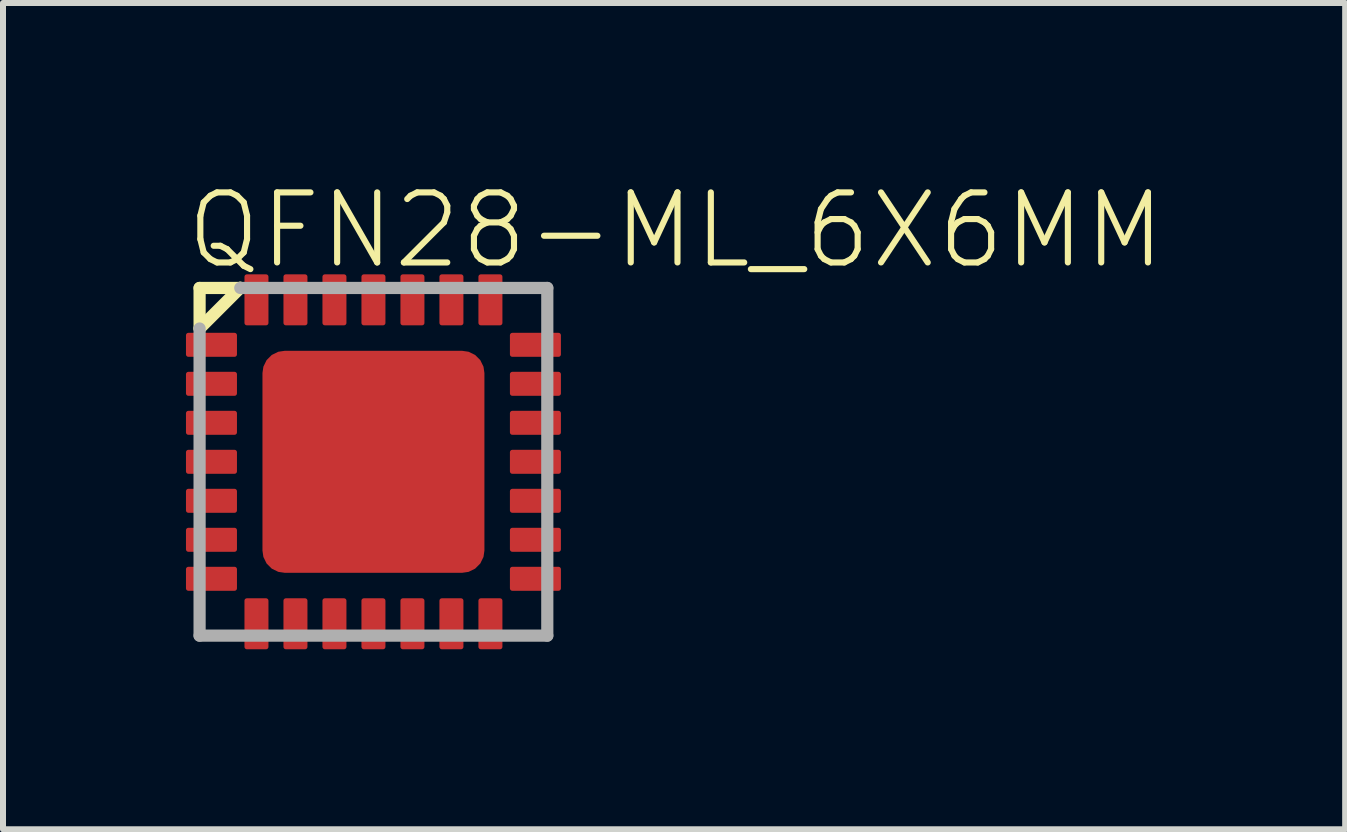
<source format=kicad_pcb>
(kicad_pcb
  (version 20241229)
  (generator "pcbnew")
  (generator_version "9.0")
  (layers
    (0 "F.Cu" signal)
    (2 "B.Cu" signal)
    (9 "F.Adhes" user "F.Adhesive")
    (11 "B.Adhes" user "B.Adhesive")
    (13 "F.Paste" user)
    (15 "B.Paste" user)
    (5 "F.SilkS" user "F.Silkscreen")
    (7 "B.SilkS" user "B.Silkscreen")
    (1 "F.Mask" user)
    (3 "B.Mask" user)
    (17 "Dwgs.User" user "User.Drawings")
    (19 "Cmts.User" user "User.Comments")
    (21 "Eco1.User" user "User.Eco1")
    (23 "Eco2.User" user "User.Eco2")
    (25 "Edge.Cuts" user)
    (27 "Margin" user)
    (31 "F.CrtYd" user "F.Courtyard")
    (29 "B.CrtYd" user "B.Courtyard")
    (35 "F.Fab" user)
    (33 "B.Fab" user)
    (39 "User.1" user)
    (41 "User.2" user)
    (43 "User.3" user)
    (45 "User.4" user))
  (footprint "QFN28-ML_6X6MM"
    (layer "F.Cu")
    (at 3.175 4.648)
    (property "Reference" "QFN28-ML_6X6MM" (at -3.175 -3.175 0) (unlocked yes) (layer "F.SilkS") (effects (font (size 1.168 1.168) (thickness 0.102)) (justify left bottom)))
    (fp_line (start -2.898 -2.898) (end -2.22 -2.898) (stroke (width 0.203) (type solid)) (layer "F.SilkS"))
    (fp_line (start -2.898 -2.222) (end -2.898 -2.898) (stroke (width 0.203) (type solid)) (layer "F.SilkS"))
    (fp_line (start -2.22 -2.9) (end -2.898 -2.222) (stroke (width 0.203) (type solid)) (layer "F.SilkS"))
    (fp_line (start -2.22 -2.898) (end -2.22 -2.9) (stroke (width 0.203) (type solid)) (layer "F.SilkS"))
    (fp_poly (pts (xy -1.7 -0.9) (xy -0.9 -0.9) (xy -0.9 -1.7) (xy -1.7 -1.7)) (stroke (width 0) (type default)) (fill yes) (layer "F.Paste"))
    (fp_poly (pts (xy -1.7 0.4) (xy -0.9 0.4) (xy -0.9 -0.4) (xy -1.7 -0.4)) (stroke (width 0) (type default)) (fill yes) (layer "F.Paste"))
    (fp_poly (pts (xy -1.7 1.7) (xy -0.9 1.7) (xy -0.9 0.9) (xy -1.7 0.9)) (stroke (width 0) (type default)) (fill yes) (layer "F.Paste"))
    (fp_poly (pts (xy -0.4 -0.9) (xy 0.4 -0.9) (xy 0.4 -1.7) (xy -0.4 -1.7)) (stroke (width 0) (type default)) (fill yes) (layer "F.Paste"))
    (fp_poly (pts (xy -0.4 0.4) (xy 0.4 0.4) (xy 0.4 -0.4) (xy -0.4 -0.4)) (stroke (width 0) (type default)) (fill yes) (layer "F.Paste"))
    (fp_poly (pts (xy -0.4 1.7) (xy 0.4 1.7) (xy 0.4 0.9) (xy -0.4 0.9)) (stroke (width 0) (type default)) (fill yes) (layer "F.Paste"))
    (fp_poly (pts (xy 0.9 -0.9) (xy 1.7 -0.9) (xy 1.7 -1.7) (xy 0.9 -1.7)) (stroke (width 0) (type default)) (fill yes) (layer "F.Paste"))
    (fp_poly (pts (xy 0.9 0.4) (xy 1.7 0.4) (xy 1.7 -0.4) (xy 0.9 -0.4)) (stroke (width 0) (type default)) (fill yes) (layer "F.Paste"))
    (fp_poly (pts (xy 0.9 1.7) (xy 1.7 1.7) (xy 1.7 0.9) (xy 0.9 0.9)) (stroke (width 0) (type default)) (fill yes) (layer "F.Paste"))
    (fp_line (start -2.898 -2.222) (end -2.898 2.898) (stroke (width 0.203) (type solid)) (layer "F.Fab"))
    (fp_line (start -2.898 2.898) (end 2.898 2.898) (stroke (width 0.203) (type solid)) (layer "F.Fab"))
    (fp_line (start 2.898 -2.898) (end -2.22 -2.898) (stroke (width 0.203) (type solid)) (layer "F.Fab"))
    (fp_line (start 2.898 2.898) (end 2.898 -2.898) (stroke (width 0.203) (type solid)) (layer "F.Fab"))
    (pad "1" smd roundrect (at -2.7 -1.95) (size 0.85 0.4) (layers "F.Cu" "F.Mask" "F.Paste") (roundrect_rratio 0.1))
    (pad "2" smd roundrect (at -2.7 -1.3) (size 0.85 0.4) (layers "F.Cu" "F.Mask" "F.Paste") (roundrect_rratio 0.1))
    (pad "3" smd roundrect (at -2.7 -0.65) (size 0.85 0.4) (layers "F.Cu" "F.Mask" "F.Paste") (roundrect_rratio 0.1))
    (pad "4" smd roundrect (at -2.7 0) (size 0.85 0.4) (layers "F.Cu" "F.Mask" "F.Paste") (roundrect_rratio 0.1))
    (pad "5" smd roundrect (at -2.7 0.65) (size 0.85 0.4) (layers "F.Cu" "F.Mask" "F.Paste") (roundrect_rratio 0.1))
    (pad "6" smd roundrect (at -2.7 1.3) (size 0.85 0.4) (layers "F.Cu" "F.Mask" "F.Paste") (roundrect_rratio 0.1))
    (pad "7" smd roundrect (at -2.7 1.95) (size 0.85 0.4) (layers "F.Cu" "F.Mask" "F.Paste") (roundrect_rratio 0.1))
    (pad "8" smd roundrect (at -1.95 2.7) (size 0.4 0.85) (layers "F.Cu" "F.Mask" "F.Paste") (roundrect_rratio 0.1))
    (pad "9" smd roundrect (at -1.3 2.7) (size 0.4 0.85) (layers "F.Cu" "F.Mask" "F.Paste") (roundrect_rratio 0.1))
    (pad "10" smd roundrect (at -0.65 2.7) (size 0.4 0.85) (layers "F.Cu" "F.Mask" "F.Paste") (roundrect_rratio 0.1))
    (pad "11" smd roundrect (at 0 2.7) (size 0.4 0.85) (layers "F.Cu" "F.Mask" "F.Paste") (roundrect_rratio 0.1))
    (pad "12" smd roundrect (at 0.65 2.7) (size 0.4 0.85) (layers "F.Cu" "F.Mask" "F.Paste") (roundrect_rratio 0.1))
    (pad "13" smd roundrect (at 1.3 2.7) (size 0.4 0.85) (layers "F.Cu" "F.Mask" "F.Paste") (roundrect_rratio 0.1))
    (pad "14" smd roundrect (at 1.95 2.7) (size 0.4 0.85) (layers "F.Cu" "F.Mask" "F.Paste") (roundrect_rratio 0.1))
    (pad "15" smd roundrect (at 2.7 1.95) (size 0.85 0.4) (layers "F.Cu" "F.Mask" "F.Paste") (roundrect_rratio 0.1))
    (pad "16" smd roundrect (at 2.7 1.3) (size 0.85 0.4) (layers "F.Cu" "F.Mask" "F.Paste") (roundrect_rratio 0.1))
    (pad "17" smd roundrect (at 2.7 0.65) (size 0.85 0.4) (layers "F.Cu" "F.Mask" "F.Paste") (roundrect_rratio 0.1))
    (pad "18" smd roundrect (at 2.7 0) (size 0.85 0.4) (layers "F.Cu" "F.Mask" "F.Paste") (roundrect_rratio 0.1))
    (pad "19" smd roundrect (at 2.7 -0.65) (size 0.85 0.4) (layers "F.Cu" "F.Mask" "F.Paste") (roundrect_rratio 0.1))
    (pad "20" smd roundrect (at 2.7 -1.3) (size 0.85 0.4) (layers "F.Cu" "F.Mask" "F.Paste") (roundrect_rratio 0.1))
    (pad "21" smd roundrect (at 2.7 -1.95) (size 0.85 0.4) (layers "F.Cu" "F.Mask" "F.Paste") (roundrect_rratio 0.1))
    (pad "22" smd roundrect (at 1.95 -2.7) (size 0.4 0.85) (layers "F.Cu" "F.Mask" "F.Paste") (roundrect_rratio 0.1))
    (pad "23" smd roundrect (at 1.3 -2.7) (size 0.4 0.85) (layers "F.Cu" "F.Mask" "F.Paste") (roundrect_rratio 0.1))
    (pad "24" smd roundrect (at 0.65 -2.7) (size 0.4 0.85) (layers "F.Cu" "F.Mask" "F.Paste") (roundrect_rratio 0.1))
    (pad "25" smd roundrect (at 0 -2.7) (size 0.4 0.85) (layers "F.Cu" "F.Mask" "F.Paste") (roundrect_rratio 0.1))
    (pad "26" smd roundrect (at -0.65 -2.7) (size 0.4 0.85) (layers "F.Cu" "F.Mask" "F.Paste") (roundrect_rratio 0.1))
    (pad "27" smd roundrect (at -1.3 -2.7) (size 0.4 0.85) (layers "F.Cu" "F.Mask" "F.Paste") (roundrect_rratio 0.1))
    (pad "28" smd roundrect (at -1.95 -2.7) (size 0.4 0.85) (layers "F.Cu" "F.Mask" "F.Paste") (roundrect_rratio 0.1))
    (pad "EXP" smd roundrect (at 0 0) (size 3.7 3.7) (layers "F.Cu" "F.Mask") (roundrect_rratio 0.1)))
  (gr_rect
    (start -3 -3)
    (end 19.373 10.773)
    (stroke (width 0.1) (type default))
    (fill no)
    (layer "Edge.Cuts")))
</source>
